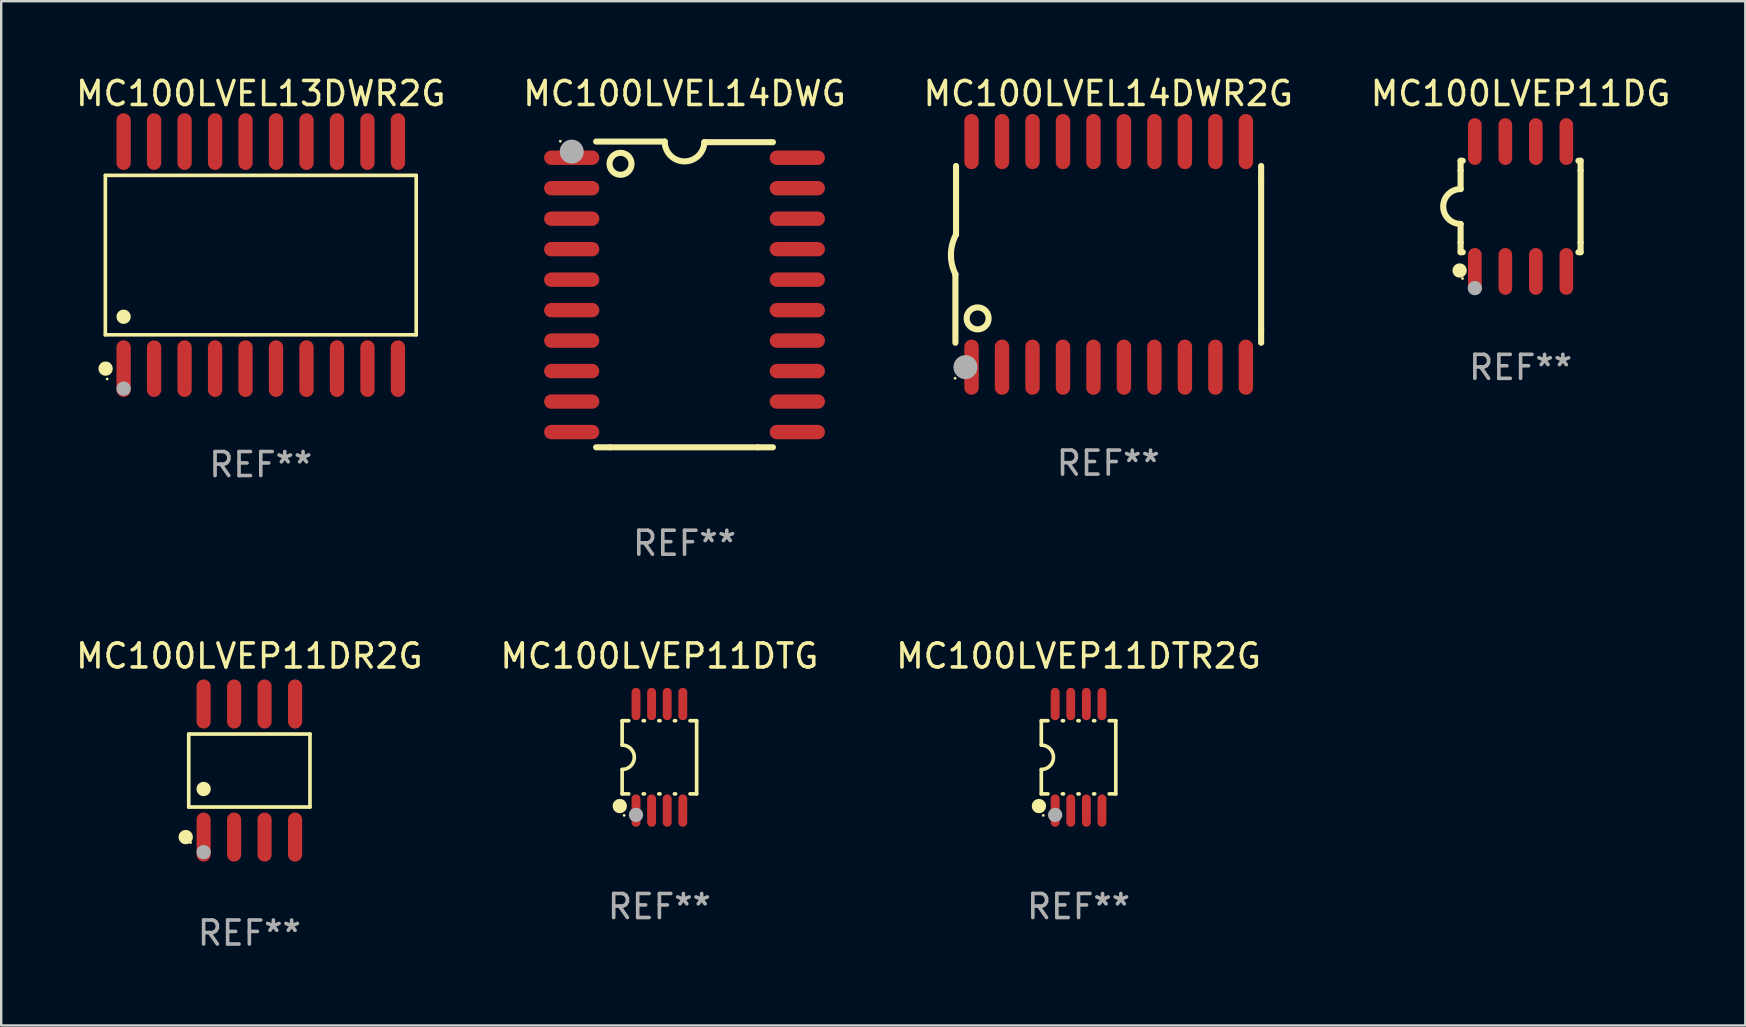
<source format=kicad_pcb>
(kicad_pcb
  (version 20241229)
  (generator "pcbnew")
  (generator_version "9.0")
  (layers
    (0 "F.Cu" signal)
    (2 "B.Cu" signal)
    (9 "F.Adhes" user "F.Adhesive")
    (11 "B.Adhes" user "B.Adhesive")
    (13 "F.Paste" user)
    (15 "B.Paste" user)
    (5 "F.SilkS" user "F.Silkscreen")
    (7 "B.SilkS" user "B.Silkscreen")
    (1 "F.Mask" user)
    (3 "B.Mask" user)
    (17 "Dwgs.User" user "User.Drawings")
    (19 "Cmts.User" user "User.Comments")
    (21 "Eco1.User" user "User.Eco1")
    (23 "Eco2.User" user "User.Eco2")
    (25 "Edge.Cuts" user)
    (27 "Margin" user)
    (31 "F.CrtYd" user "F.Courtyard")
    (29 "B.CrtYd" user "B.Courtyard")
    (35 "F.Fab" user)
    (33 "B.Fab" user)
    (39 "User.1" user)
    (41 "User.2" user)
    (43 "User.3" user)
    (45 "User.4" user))
  (footprint "MC100LVEP11DTR2G"
    (layer "F.Cu")
    (at 41.887 28.502)
    (property "Reference" "MC100LVEP11DTR2G" (at 0 -4.22 0) (layer "F.SilkS") (effects (font (size 1 1) (thickness 0.15))))
    (attr through_hole)
    (fp_line (start -1.552 -1.524) (end -1.276 -1.524) (stroke (width 0.152) (type solid)) (layer "F.SilkS"))
    (fp_line (start -1.552 -0.508) (end -1.552 -1.524) (stroke (width 0.152) (type solid)) (layer "F.SilkS"))
    (fp_line (start -1.552 1.524) (end -1.552 0.508) (stroke (width 0.152) (type solid)) (layer "F.SilkS"))
    (fp_line (start -1.552 1.524) (end -1.276 1.524) (stroke (width 0.152) (type solid)) (layer "F.SilkS"))
    (fp_line (start -0.674 -1.524) (end -0.626 -1.524) (stroke (width 0.152) (type solid)) (layer "F.SilkS"))
    (fp_line (start -0.674 1.524) (end -0.626 1.524) (stroke (width 0.152) (type solid)) (layer "F.SilkS"))
    (fp_line (start -0.024 -1.524) (end 0.024 -1.524) (stroke (width 0.152) (type solid)) (layer "F.SilkS"))
    (fp_line (start -0.024 1.524) (end 0.024 1.524) (stroke (width 0.152) (type solid)) (layer "F.SilkS"))
    (fp_line (start 0.626 -1.524) (end 0.674 -1.524) (stroke (width 0.152) (type solid)) (layer "F.SilkS"))
    (fp_line (start 0.626 1.524) (end 0.674 1.524) (stroke (width 0.152) (type solid)) (layer "F.SilkS"))
    (fp_line (start 1.276 1.524) (end 1.552 1.524) (stroke (width 0.152) (type solid)) (layer "F.SilkS"))
    (fp_line (start 1.276 -1.524) (end 1.552 -1.524) (stroke (width 0.152) (type solid)) (layer "F.SilkS"))
    (fp_line (start 1.552 -1.524) (end 1.552 1.524) (stroke (width 0.152) (type solid)) (layer "F.SilkS"))
    (fp_arc (start -1.551943 -0.508001) (mid -1.043942 0) (end -1.551943 0.508001) (stroke (width 0.151994) (type solid)) (layer "F.SilkS"))
    (fp_circle (center -1.651 2.032) (end -1.501 2.032) (stroke (width 0.3) (type solid)) (fill no) (layer "F.SilkS"))
    (fp_circle (center -1.47 2.42) (end -1.44 2.42) (stroke (width 0.06) (type solid)) (fill no) (layer "F.SilkS"))
    (fp_circle (center -0.975 2.4) (end -0.825 2.4) (stroke (width 0.3) (type solid)) (fill no) (layer "F.Fab"))
    (fp_text user "REF**" (at 0 6.22 0) (layer "F.Fab") (effects (font (size 1 1) (thickness 0.15))))
    (pad "1" smd oval (at -0.975 2.22) (size 0.37 1.35) (layers "F.Cu" "F.Mask" "F.Paste"))
    (pad "2" smd oval (at -0.325 2.22) (size 0.37 1.35) (layers "F.Cu" "F.Mask" "F.Paste"))
    (pad "3" smd oval (at 0.325 2.22) (size 0.37 1.35) (layers "F.Cu" "F.Mask" "F.Paste"))
    (pad "4" smd oval (at 0.975 2.22) (size 0.37 1.35) (layers "F.Cu" "F.Mask" "F.Paste"))
    (pad "5" smd oval (at 0.975 -2.22) (size 0.37 1.35) (layers "F.Cu" "F.Mask" "F.Paste"))
    (pad "6" smd oval (at 0.325 -2.22) (size 0.37 1.35) (layers "F.Cu" "F.Mask" "F.Paste"))
    (pad "7" smd oval (at -0.325 -2.22) (size 0.37 1.35) (layers "F.Cu" "F.Mask" "F.Paste"))
    (pad "8" smd oval (at -0.975 -2.22) (size 0.37 1.35) (layers "F.Cu" "F.Mask" "F.Paste")))
  (footprint "MC100LVEP11DTG"
    (layer "F.Cu")
    (at 24.423 28.502)
    (property "Reference" "MC100LVEP11DTG" (at 0 -4.22 0) (layer "F.SilkS") (effects (font (size 1 1) (thickness 0.15))))
    (attr through_hole)
    (fp_line (start -1.552 -1.524) (end -1.276 -1.524) (stroke (width 0.152) (type solid)) (layer "F.SilkS"))
    (fp_line (start -1.552 -0.508) (end -1.552 -1.524) (stroke (width 0.152) (type solid)) (layer "F.SilkS"))
    (fp_line (start -1.552 1.524) (end -1.552 0.508) (stroke (width 0.152) (type solid)) (layer "F.SilkS"))
    (fp_line (start -1.552 1.524) (end -1.276 1.524) (stroke (width 0.152) (type solid)) (layer "F.SilkS"))
    (fp_line (start -0.674 -1.524) (end -0.626 -1.524) (stroke (width 0.152) (type solid)) (layer "F.SilkS"))
    (fp_line (start -0.674 1.524) (end -0.626 1.524) (stroke (width 0.152) (type solid)) (layer "F.SilkS"))
    (fp_line (start -0.024 -1.524) (end 0.024 -1.524) (stroke (width 0.152) (type solid)) (layer "F.SilkS"))
    (fp_line (start -0.024 1.524) (end 0.024 1.524) (stroke (width 0.152) (type solid)) (layer "F.SilkS"))
    (fp_line (start 0.626 -1.524) (end 0.674 -1.524) (stroke (width 0.152) (type solid)) (layer "F.SilkS"))
    (fp_line (start 0.626 1.524) (end 0.674 1.524) (stroke (width 0.152) (type solid)) (layer "F.SilkS"))
    (fp_line (start 1.276 1.524) (end 1.552 1.524) (stroke (width 0.152) (type solid)) (layer "F.SilkS"))
    (fp_line (start 1.276 -1.524) (end 1.552 -1.524) (stroke (width 0.152) (type solid)) (layer "F.SilkS"))
    (fp_line (start 1.552 -1.524) (end 1.552 1.524) (stroke (width 0.152) (type solid)) (layer "F.SilkS"))
    (fp_arc (start -1.551943 -0.508001) (mid -1.043942 0) (end -1.551943 0.508001) (stroke (width 0.151994) (type solid)) (layer "F.SilkS"))
    (fp_circle (center -1.651 2.032) (end -1.501 2.032) (stroke (width 0.3) (type solid)) (fill no) (layer "F.SilkS"))
    (fp_circle (center -1.47 2.42) (end -1.44 2.42) (stroke (width 0.06) (type solid)) (fill no) (layer "F.SilkS"))
    (fp_circle (center -0.975 2.4) (end -0.825 2.4) (stroke (width 0.3) (type solid)) (fill no) (layer "F.Fab"))
    (fp_text user "REF**" (at 0 6.22 0) (layer "F.Fab") (effects (font (size 1 1) (thickness 0.15))))
    (pad "1" smd oval (at -0.975 2.22) (size 0.37 1.35) (layers "F.Cu" "F.Mask" "F.Paste"))
    (pad "2" smd oval (at -0.325 2.22) (size 0.37 1.35) (layers "F.Cu" "F.Mask" "F.Paste"))
    (pad "3" smd oval (at 0.325 2.22) (size 0.37 1.35) (layers "F.Cu" "F.Mask" "F.Paste"))
    (pad "4" smd oval (at 0.975 2.22) (size 0.37 1.35) (layers "F.Cu" "F.Mask" "F.Paste"))
    (pad "5" smd oval (at 0.975 -2.22) (size 0.37 1.35) (layers "F.Cu" "F.Mask" "F.Paste"))
    (pad "6" smd oval (at 0.325 -2.22) (size 0.37 1.35) (layers "F.Cu" "F.Mask" "F.Paste"))
    (pad "7" smd oval (at -0.325 -2.22) (size 0.37 1.35) (layers "F.Cu" "F.Mask" "F.Paste"))
    (pad "8" smd oval (at -0.975 -2.22) (size 0.37 1.35) (layers "F.Cu" "F.Mask" "F.Paste")))
  (footprint "MC100LVEL14DWR2G"
    (layer "F.Cu")
    (at 43.125 7.548)
    (property "Reference" "MC100LVEL14DWR2G" (at 0 -6.7 0) (layer "F.SilkS") (effects (font (size 1 1) (thickness 0.15))))
    (attr through_hole)
    (fp_line (start -6.369 0.826) (end -6.369 3.683) (stroke (width 0.254) (type solid)) (layer "F.SilkS"))
    (fp_line (start -6.343 -0.825) (end -6.343 -3.683) (stroke (width 0.254) (type solid)) (layer "F.SilkS"))
    (fp_line (start 6.369 -3.048) (end 6.369 -3.683) (stroke (width 0.254) (type solid)) (layer "F.SilkS"))
    (fp_line (start 6.369 -3.048) (end 6.369 3.096) (stroke (width 0.254) (type solid)) (layer "F.SilkS"))
    (fp_line (start 6.369 3.096) (end 6.369 3.683) (stroke (width 0.254) (type solid)) (layer "F.SilkS"))
    (fp_arc (start -6.36853 0.825552) (mid -6.554743 -0.00301) (end -6.343129 -0.825451) (stroke (width 0.254001) (type solid)) (layer "F.SilkS"))
    (fp_circle (center -6.382 5.163) (end -6.352 5.163) (stroke (width 0.06) (type solid)) (fill no) (layer "F.SilkS"))
    (fp_circle (center -5.443 2.667) (end -4.985 2.667) (stroke (width 0.254) (type solid)) (fill no) (layer "F.SilkS"))
    (fp_circle (center -5.951 4.699) (end -5.701 4.699) (stroke (width 0.5) (type solid)) (fill no) (layer "F.Fab"))
    (fp_text user "REF**" (at 0 8.7 0) (layer "F.Fab") (effects (font (size 1 1) (thickness 0.15))))
    (pad "1" smd oval (at -5.697 4.7 180) (size 0.6 2.3) (layers "F.Cu" "F.Mask" "F.Paste"))
    (pad "2" smd oval (at -4.427 4.7 180) (size 0.6 2.3) (layers "F.Cu" "F.Mask" "F.Paste"))
    (pad "3" smd oval (at -3.157 4.7 180) (size 0.6 2.3) (layers "F.Cu" "F.Mask" "F.Paste"))
    (pad "4" smd oval (at -1.887 4.7 180) (size 0.6 2.3) (layers "F.Cu" "F.Mask" "F.Paste"))
    (pad "5" smd oval (at -0.617 4.7 180) (size 0.6 2.3) (layers "F.Cu" "F.Mask" "F.Paste"))
    (pad "6" smd oval (at 0.653 4.7 180) (size 0.6 2.3) (layers "F.Cu" "F.Mask" "F.Paste"))
    (pad "7" smd oval (at 1.923 4.7 180) (size 0.6 2.3) (layers "F.Cu" "F.Mask" "F.Paste"))
    (pad "8" smd oval (at 3.193 4.7 180) (size 0.6 2.3) (layers "F.Cu" "F.Mask" "F.Paste"))
    (pad "9" smd oval (at 4.463 4.7 180) (size 0.6 2.3) (layers "F.Cu" "F.Mask" "F.Paste"))
    (pad "10" smd oval (at 5.734 4.7 180) (size 0.6 2.3) (layers "F.Cu" "F.Mask" "F.Paste"))
    (pad "11" smd oval (at 5.734 -4.7 180) (size 0.6 2.3) (layers "F.Cu" "F.Mask" "F.Paste"))
    (pad "12" smd oval (at 4.463 -4.7 180) (size 0.6 2.3) (layers "F.Cu" "F.Mask" "F.Paste"))
    (pad "13" smd oval (at 3.193 -4.7 180) (size 0.6 2.3) (layers "F.Cu" "F.Mask" "F.Paste"))
    (pad "14" smd oval (at 1.923 -4.7 180) (size 0.6 2.3) (layers "F.Cu" "F.Mask" "F.Paste"))
    (pad "15" smd oval (at 0.653 -4.7 180) (size 0.6 2.3) (layers "F.Cu" "F.Mask" "F.Paste"))
    (pad "16" smd oval (at -0.617 -4.7 180) (size 0.6 2.3) (layers "F.Cu" "F.Mask" "F.Paste"))
    (pad "17" smd oval (at -1.887 -4.7 180) (size 0.6 2.3) (layers "F.Cu" "F.Mask" "F.Paste"))
    (pad "18" smd oval (at -3.157 -4.7 180) (size 0.6 2.3) (layers "F.Cu" "F.Mask" "F.Paste"))
    (pad "19" smd oval (at -4.427 -4.7 180) (size 0.6 2.3) (layers "F.Cu" "F.Mask" "F.Paste"))
    (pad "20" smd oval (at -5.697 -4.7 180) (size 0.6 2.3) (layers "F.Cu" "F.Mask" "F.Paste")))
  (footprint "MC100LVEP11DG"
    (layer "F.Cu")
    (at 60.304 5.553)
    (property "Reference" "MC100LVEP11DG" (at 0 -4.705 0) (layer "F.SilkS") (effects (font (size 1 1) (thickness 0.15))))
    (attr through_hole)
    (fp_line (start -2.5 -1.905) (end -2.409 -1.905) (stroke (width 0.254) (type solid)) (layer "F.SilkS"))
    (fp_line (start -2.5 -1.5) (end -2.5 -1.905) (stroke (width 0.254) (type solid)) (layer "F.SilkS"))
    (fp_line (start -2.5 -1.5) (end -2.5 -0.726) (stroke (width 0.254) (type solid)) (layer "F.SilkS"))
    (fp_line (start -2.5 1.5) (end -2.5 0.727) (stroke (width 0.254) (type solid)) (layer "F.SilkS"))
    (fp_line (start -2.5 1.5) (end -2.5 1.905) (stroke (width 0.254) (type solid)) (layer "F.SilkS"))
    (fp_line (start -2.5 1.905) (end -2.409 1.905) (stroke (width 0.254) (type solid)) (layer "F.SilkS"))
    (fp_line (start 2.5 -1.905) (end 2.409 -1.905) (stroke (width 0.254) (type solid)) (layer "F.SilkS"))
    (fp_line (start 2.5 -1.5) (end 2.5 -1.905) (stroke (width 0.254) (type solid)) (layer "F.SilkS"))
    (fp_line (start 2.5 -1.5) (end 2.5 1.5) (stroke (width 0.254) (type solid)) (layer "F.SilkS"))
    (fp_line (start 2.5 1.5) (end 2.5 1.905) (stroke (width 0.254) (type solid)) (layer "F.SilkS"))
    (fp_line (start 2.5 1.905) (end 2.409 1.905) (stroke (width 0.254) (type solid)) (layer "F.SilkS"))
    (fp_arc (start -2.5 0.726568) (mid -3.220316 -0.0023) (end -2.495097 -0.726289) (stroke (width 0.254001) (type solid)) (layer "F.SilkS"))
    (fp_circle (center -2.54 2.667) (end -2.39 2.667) (stroke (width 0.3) (type solid)) (fill no) (layer "F.SilkS"))
    (fp_circle (center -2.42 3) (end -2.39 3) (stroke (width 0.06) (type solid)) (fill no) (layer "F.SilkS"))
    (fp_circle (center -1.905 3.4) (end -1.755 3.4) (stroke (width 0.3) (type solid)) (fill no) (layer "F.Fab"))
    (fp_text user "REF**" (at 0 6.705 0) (layer "F.Fab") (effects (font (size 1 1) (thickness 0.15))))
    (pad "1" smd oval (at -1.905 2.705) (size 0.568 1.95) (layers "F.Cu" "F.Mask" "F.Paste"))
    (pad "2" smd oval (at -0.635 2.705) (size 0.568 1.95) (layers "F.Cu" "F.Mask" "F.Paste"))
    (pad "3" smd oval (at 0.635 2.705) (size 0.568 1.95) (layers "F.Cu" "F.Mask" "F.Paste"))
    (pad "4" smd oval (at 1.905 2.705) (size 0.568 1.95) (layers "F.Cu" "F.Mask" "F.Paste"))
    (pad "5" smd oval (at 1.905 -2.705) (size 0.568 1.95) (layers "F.Cu" "F.Mask" "F.Paste"))
    (pad "6" smd oval (at 0.635 -2.705) (size 0.568 1.95) (layers "F.Cu" "F.Mask" "F.Paste"))
    (pad "7" smd oval (at -0.635 -2.705) (size 0.568 1.95) (layers "F.Cu" "F.Mask" "F.Paste"))
    (pad "8" smd oval (at -1.905 -2.705) (size 0.568 1.95) (layers "F.Cu" "F.Mask" "F.Paste")))
  (footprint "MC100LVEL14DWG"
    (layer "F.Cu")
    (at 25.47 9.217)
    (property "Reference" "MC100LVEL14DWG" (at 0 -8.369 0) (layer "F.SilkS") (effects (font (size 1 1) (thickness 0.15))))
    (attr through_hole)
    (fp_line (start -3.096 6.369) (end -3.683 6.369) (stroke (width 0.254) (type solid)) (layer "F.SilkS"))
    (fp_line (start -0.825 -6.369) (end -3.683 -6.369) (stroke (width 0.254) (type solid)) (layer "F.SilkS"))
    (fp_line (start 0.826 -6.343) (end 3.683 -6.343) (stroke (width 0.254) (type solid)) (layer "F.SilkS"))
    (fp_line (start 3.048 6.369) (end -3.096 6.369) (stroke (width 0.254) (type solid)) (layer "F.SilkS"))
    (fp_line (start 3.048 6.369) (end 3.683 6.369) (stroke (width 0.254) (type solid)) (layer "F.SilkS"))
    (fp_arc (start 0.825527 -6.343129) (mid -0.012478 -5.543126) (end -0.825476 -6.36853) (stroke (width 0.254001) (type solid)) (layer "F.SilkS"))
    (fp_circle (center -5.175 -6.382) (end -5.145 -6.382) (stroke (width 0.06) (type solid)) (fill no) (layer "F.SilkS"))
    (fp_circle (center -2.667 -5.442) (end -2.209 -5.442) (stroke (width 0.254) (type solid)) (fill no) (layer "F.SilkS"))
    (fp_circle (center -4.699 -5.95) (end -4.449 -5.95) (stroke (width 0.5) (type solid)) (fill no) (layer "F.Fab"))
    (fp_text user "REF**" (at 0 10.369 0) (layer "F.Fab") (effects (font (size 1 1) (thickness 0.15))))
    (pad "1" smd oval (at -4.7 -5.696 90) (size 0.6 2.3) (layers "F.Cu" "F.Mask" "F.Paste"))
    (pad "2" smd oval (at -4.7 -4.426 90) (size 0.6 2.3) (layers "F.Cu" "F.Mask" "F.Paste"))
    (pad "3" smd oval (at -4.7 -3.156 90) (size 0.6 2.3) (layers "F.Cu" "F.Mask" "F.Paste"))
    (pad "4" smd oval (at -4.7 -1.886 90) (size 0.6 2.3) (layers "F.Cu" "F.Mask" "F.Paste"))
    (pad "5" smd oval (at -4.7 -0.616 90) (size 0.6 2.3) (layers "F.Cu" "F.Mask" "F.Paste"))
    (pad "6" smd oval (at -4.7 0.654 90) (size 0.6 2.3) (layers "F.Cu" "F.Mask" "F.Paste"))
    (pad "7" smd oval (at -4.7 1.924 90) (size 0.6 2.3) (layers "F.Cu" "F.Mask" "F.Paste"))
    (pad "8" smd oval (at -4.7 3.194 90) (size 0.6 2.3) (layers "F.Cu" "F.Mask" "F.Paste"))
    (pad "9" smd oval (at -4.7 4.464 90) (size 0.6 2.3) (layers "F.Cu" "F.Mask" "F.Paste"))
    (pad "10" smd oval (at -4.7 5.734 90) (size 0.6 2.3) (layers "F.Cu" "F.Mask" "F.Paste"))
    (pad "11" smd oval (at 4.7 5.734 90) (size 0.6 2.3) (layers "F.Cu" "F.Mask" "F.Paste"))
    (pad "12" smd oval (at 4.7 4.464 90) (size 0.6 2.3) (layers "F.Cu" "F.Mask" "F.Paste"))
    (pad "13" smd oval (at 4.7 3.194 90) (size 0.6 2.3) (layers "F.Cu" "F.Mask" "F.Paste"))
    (pad "14" smd oval (at 4.7 1.924 90) (size 0.6 2.3) (layers "F.Cu" "F.Mask" "F.Paste"))
    (pad "15" smd oval (at 4.7 0.654 90) (size 0.6 2.3) (layers "F.Cu" "F.Mask" "F.Paste"))
    (pad "16" smd oval (at 4.7 -0.616 90) (size 0.6 2.3) (layers "F.Cu" "F.Mask" "F.Paste"))
    (pad "17" smd oval (at 4.7 -1.886 90) (size 0.6 2.3) (layers "F.Cu" "F.Mask" "F.Paste"))
    (pad "18" smd oval (at 4.7 -3.156 90) (size 0.6 2.3) (layers "F.Cu" "F.Mask" "F.Paste"))
    (pad "19" smd oval (at 4.7 -4.426 90) (size 0.6 2.3) (layers "F.Cu" "F.Mask" "F.Paste"))
    (pad "20" smd oval (at 4.7 -5.696 90) (size 0.6 2.3) (layers "F.Cu" "F.Mask" "F.Paste")))
  (footprint "MC100LVEL13DWR2G"
    (layer "F.Cu")
    (at 7.815 7.578)
    (property "Reference" "MC100LVEL13DWR2G" (at 0 -6.73 0) (layer "F.SilkS") (effects (font (size 1 1) (thickness 0.15))))
    (attr through_hole)
    (fp_line (start -6.476 -3.321) (end 6.476 -3.321) (stroke (width 0.152) (type solid)) (layer "F.SilkS"))
    (fp_line (start -6.476 3.321) (end -6.476 -3.321) (stroke (width 0.152) (type solid)) (layer "F.SilkS"))
    (fp_line (start 6.476 -3.321) (end 6.476 3.321) (stroke (width 0.152) (type solid)) (layer "F.SilkS"))
    (fp_line (start 6.476 3.321) (end -6.476 3.321) (stroke (width 0.152) (type solid)) (layer "F.SilkS"))
    (fp_circle (center -6.465 4.73) (end -6.315 4.73) (stroke (width 0.3) (type solid)) (fill no) (layer "F.SilkS"))
    (fp_circle (center -6.4 5.163) (end -6.37 5.163) (stroke (width 0.06) (type solid)) (fill no) (layer "F.SilkS"))
    (fp_circle (center -5.715 2.569) (end -5.565 2.569) (stroke (width 0.3) (type solid)) (fill no) (layer "F.SilkS"))
    (fp_circle (center -5.715 5.563) (end -5.565 5.563) (stroke (width 0.3) (type solid)) (fill no) (layer "F.Fab"))
    (fp_text user "REF**" (at 0 8.73 0) (layer "F.Fab") (effects (font (size 1 1) (thickness 0.15))))
    (pad "1" smd oval (at -5.715 4.73) (size 0.595 2.36) (layers "F.Cu" "F.Mask" "F.Paste"))
    (pad "2" smd oval (at -4.445 4.73) (size 0.595 2.36) (layers "F.Cu" "F.Mask" "F.Paste"))
    (pad "3" smd oval (at -3.175 4.73) (size 0.595 2.36) (layers "F.Cu" "F.Mask" "F.Paste"))
    (pad "4" smd oval (at -1.905 4.73) (size 0.595 2.36) (layers "F.Cu" "F.Mask" "F.Paste"))
    (pad "5" smd oval (at -0.635 4.73) (size 0.595 2.36) (layers "F.Cu" "F.Mask" "F.Paste"))
    (pad "6" smd oval (at 0.635 4.73) (size 0.595 2.36) (layers "F.Cu" "F.Mask" "F.Paste"))
    (pad "7" smd oval (at 1.905 4.73) (size 0.595 2.36) (layers "F.Cu" "F.Mask" "F.Paste"))
    (pad "8" smd oval (at 3.175 4.73) (size 0.595 2.36) (layers "F.Cu" "F.Mask" "F.Paste"))
    (pad "9" smd oval (at 4.445 4.73) (size 0.595 2.36) (layers "F.Cu" "F.Mask" "F.Paste"))
    (pad "10" smd oval (at 5.715 4.73) (size 0.595 2.36) (layers "F.Cu" "F.Mask" "F.Paste"))
    (pad "11" smd oval (at 5.715 -4.73) (size 0.595 2.36) (layers "F.Cu" "F.Mask" "F.Paste"))
    (pad "12" smd oval (at 4.445 -4.73) (size 0.595 2.36) (layers "F.Cu" "F.Mask" "F.Paste"))
    (pad "13" smd oval (at 3.175 -4.73) (size 0.595 2.36) (layers "F.Cu" "F.Mask" "F.Paste"))
    (pad "14" smd oval (at 1.905 -4.73) (size 0.595 2.36) (layers "F.Cu" "F.Mask" "F.Paste"))
    (pad "15" smd oval (at 0.635 -4.73) (size 0.595 2.36) (layers "F.Cu" "F.Mask" "F.Paste"))
    (pad "16" smd oval (at -0.635 -4.73) (size 0.595 2.36) (layers "F.Cu" "F.Mask" "F.Paste"))
    (pad "17" smd oval (at -1.905 -4.73) (size 0.595 2.36) (layers "F.Cu" "F.Mask" "F.Paste"))
    (pad "18" smd oval (at -3.175 -4.73) (size 0.595 2.36) (layers "F.Cu" "F.Mask" "F.Paste"))
    (pad "19" smd oval (at -4.445 -4.73) (size 0.595 2.36) (layers "F.Cu" "F.Mask" "F.Paste"))
    (pad "20" smd oval (at -5.715 -4.73) (size 0.595 2.36) (layers "F.Cu" "F.Mask" "F.Paste")))
  (footprint "MC100LVEP11DR2G"
    (layer "F.Cu")
    (at 7.339 29.054)
    (property "Reference" "MC100LVEP11DR2G" (at 0 -4.772 0) (layer "F.SilkS") (effects (font (size 1 1) (thickness 0.15))))
    (attr through_hole)
    (fp_line (start -2.526 -1.521) (end 2.526 -1.521) (stroke (width 0.152) (type solid)) (layer "F.SilkS"))
    (fp_line (start -2.526 1.521) (end -2.526 -1.521) (stroke (width 0.152) (type solid)) (layer "F.SilkS"))
    (fp_line (start 2.526 -1.521) (end 2.526 1.521) (stroke (width 0.152) (type solid)) (layer "F.SilkS"))
    (fp_line (start 2.526 1.521) (end -2.526 1.521) (stroke (width 0.152) (type solid)) (layer "F.SilkS"))
    (fp_circle (center -2.652 2.772) (end -2.501 2.772) (stroke (width 0.3) (type solid)) (fill no) (layer "F.SilkS"))
    (fp_circle (center -2.45 3) (end -2.42 3) (stroke (width 0.06) (type solid)) (fill no) (layer "F.SilkS"))
    (fp_circle (center -1.905 0.769) (end -1.755 0.769) (stroke (width 0.3) (type solid)) (fill no) (layer "F.SilkS"))
    (fp_circle (center -1.905 3.4) (end -1.755 3.4) (stroke (width 0.3) (type solid)) (fill no) (layer "F.Fab"))
    (fp_text user "REF**" (at 0 6.772 0) (layer "F.Fab") (effects (font (size 1 1) (thickness 0.15))))
    (pad "1" smd oval (at -1.905 2.772) (size 0.588 2.045) (layers "F.Cu" "F.Mask" "F.Paste"))
    (pad "2" smd oval (at -0.635 2.772) (size 0.588 2.045) (layers "F.Cu" "F.Mask" "F.Paste"))
    (pad "3" smd oval (at 0.635 2.772) (size 0.588 2.045) (layers "F.Cu" "F.Mask" "F.Paste"))
    (pad "4" smd oval (at 1.905 2.772) (size 0.588 2.045) (layers "F.Cu" "F.Mask" "F.Paste"))
    (pad "5" smd oval (at 1.905 -2.772) (size 0.588 2.045) (layers "F.Cu" "F.Mask" "F.Paste"))
    (pad "6" smd oval (at 0.635 -2.772) (size 0.588 2.045) (layers "F.Cu" "F.Mask" "F.Paste"))
    (pad "7" smd oval (at -0.635 -2.772) (size 0.588 2.045) (layers "F.Cu" "F.Mask" "F.Paste"))
    (pad "8" smd oval (at -1.905 -2.772) (size 0.588 2.045) (layers "F.Cu" "F.Mask" "F.Paste")))
  (gr_rect
    (start -3 -3)
    (end 69.667 39.675)
    (stroke (width 0.1) (type default))
    (fill no)
    (layer "Edge.Cuts")))
</source>
